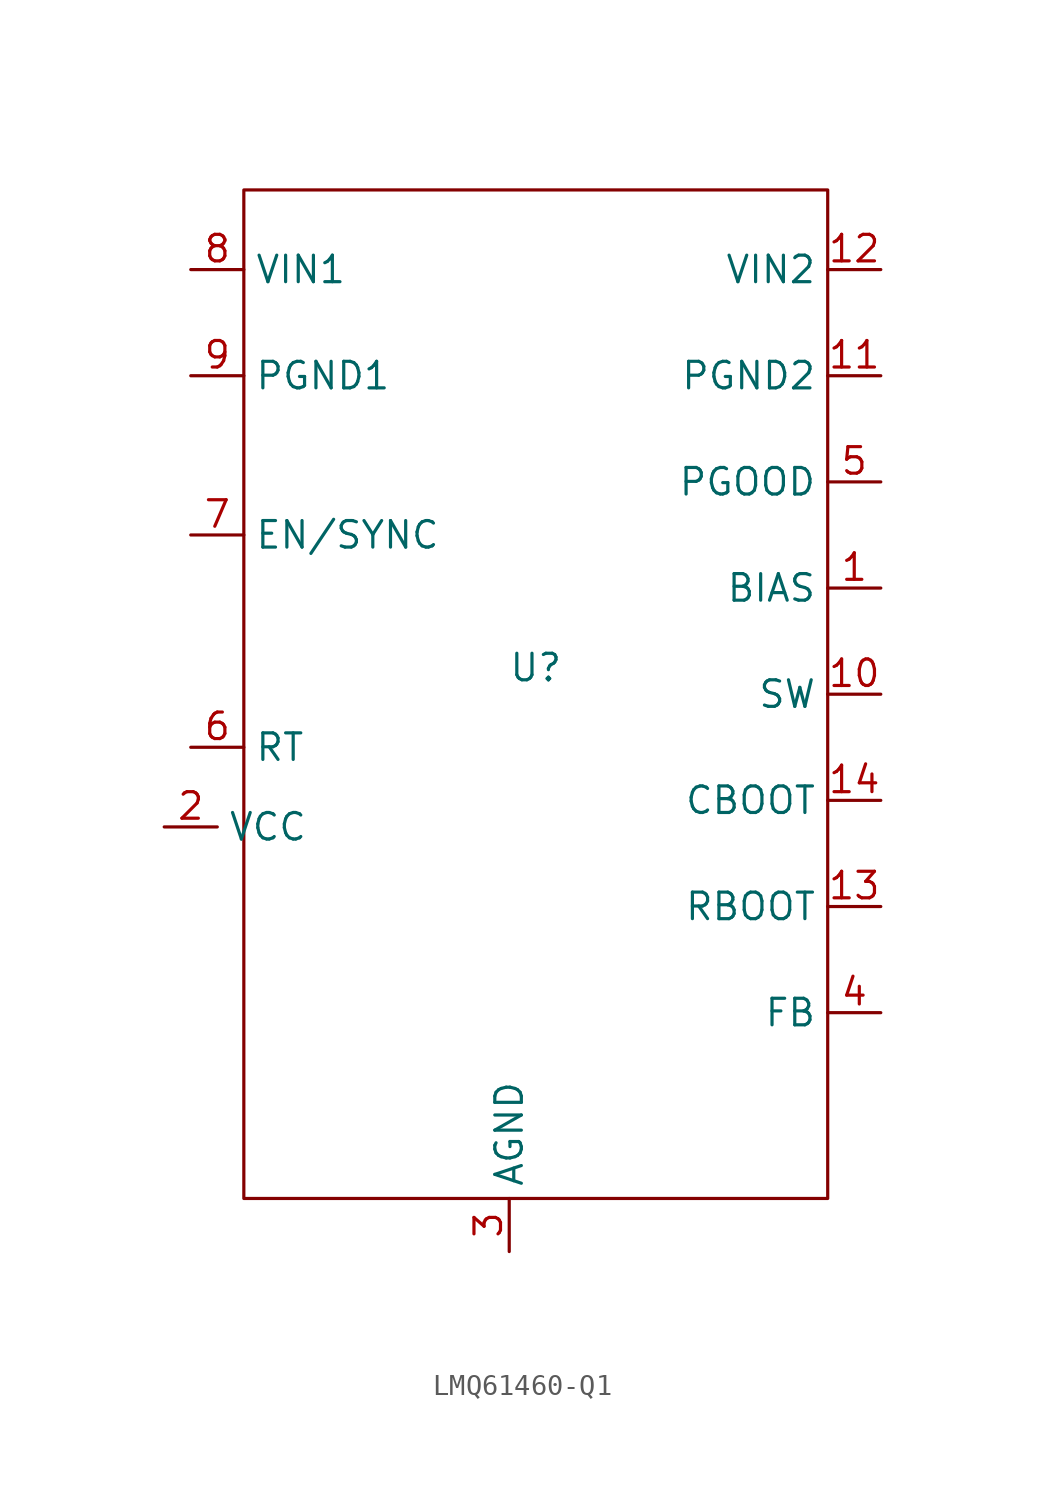
<source format=kicad_sym>
(kicad_symbol_lib
  (version 20220914)
  (generator kicad_symbol_editor)
  (symbol "LMQ61460-Q1"
    (property "Reference" "U"
      (at 1.27 1.27 0)
      (effects (font (size 1.27 1.27))))
    (property "Value" ""
      (at -11.43 6.35 0)
      (effects (font (size 1.27 1.27))))
    (symbol "LMQ61460-Q1_0_1"
      (rectangle (start -12.7 24.13) (end 15.24 -24.13) (stroke (width 0) (type default)) (fill (type none))))
    (symbol "LMQ61460-Q1_1_1"
      (pin power_in line (at 17.78 5.08 180) (length 2.54) (name "BIAS" (effects (font (size 1.27 1.27)))) (number "1" (effects (font (size 1.27 1.27)))))
      (pin output line (at 17.78 0 180) (length 2.54) (name "SW" (effects (font (size 1.27 1.27)))) (number "10" (effects (font (size 1.27 1.27)))))
      (pin input line (at 17.78 15.24 180) (length 2.54) (name "PGND2" (effects (font (size 1.27 1.27)))) (number "11" (effects (font (size 1.27 1.27)))))
      (pin power_in line (at 17.78 20.32 180) (length 2.54) (name "VIN2" (effects (font (size 1.27 1.27)))) (number "12" (effects (font (size 1.27 1.27)))))
      (pin bidirectional line (at 17.78 -10.16 180) (length 2.54) (name "RBOOT" (effects (font (size 1.27 1.27)))) (number "13" (effects (font (size 1.27 1.27)))))
      (pin bidirectional line (at 17.78 -5.08 180) (length 2.54) (name "CBOOT" (effects (font (size 1.27 1.27)))) (number "14" (effects (font (size 1.27 1.27)))))
      (pin output line (at -16.51 -6.35 0) (length 2.54) (name "VCC" (effects (font (size 1.27 1.27)))) (number "2" (effects (font (size 1.27 1.27)))))
      (pin input line (at 0 -26.67 90) (length 2.54) (name "AGND" (effects (font (size 1.27 1.27)))) (number "3" (effects (font (size 1.27 1.27)))))
      (pin input line (at 17.78 -15.24 180) (length 2.54) (name "FB" (effects (font (size 1.27 1.27)))) (number "4" (effects (font (size 1.27 1.27)))))
      (pin output line (at 17.78 10.16 180) (length 2.54) (name "PGOOD" (effects (font (size 1.27 1.27)))) (number "5" (effects (font (size 1.27 1.27)))))
      (pin bidirectional line (at -15.24 -2.54 0) (length 2.54) (name "RT" (effects (font (size 1.27 1.27)))) (number "6" (effects (font (size 1.27 1.27)))))
      (pin input line (at -15.24 7.62 0) (length 2.54) (name "EN/SYNC" (effects (font (size 1.27 1.27)))) (number "7" (effects (font (size 1.27 1.27)))))
      (pin power_in line (at -15.24 20.32 0) (length 2.54) (name "VIN1" (effects (font (size 1.27 1.27)))) (number "8" (effects (font (size 1.27 1.27)))))
      (pin output line (at -15.24 15.24 0) (length 2.54) (name "PGND1" (effects (font (size 1.27 1.27)))) (number "9" (effects (font (size 1.27 1.27))))))))
</source>
